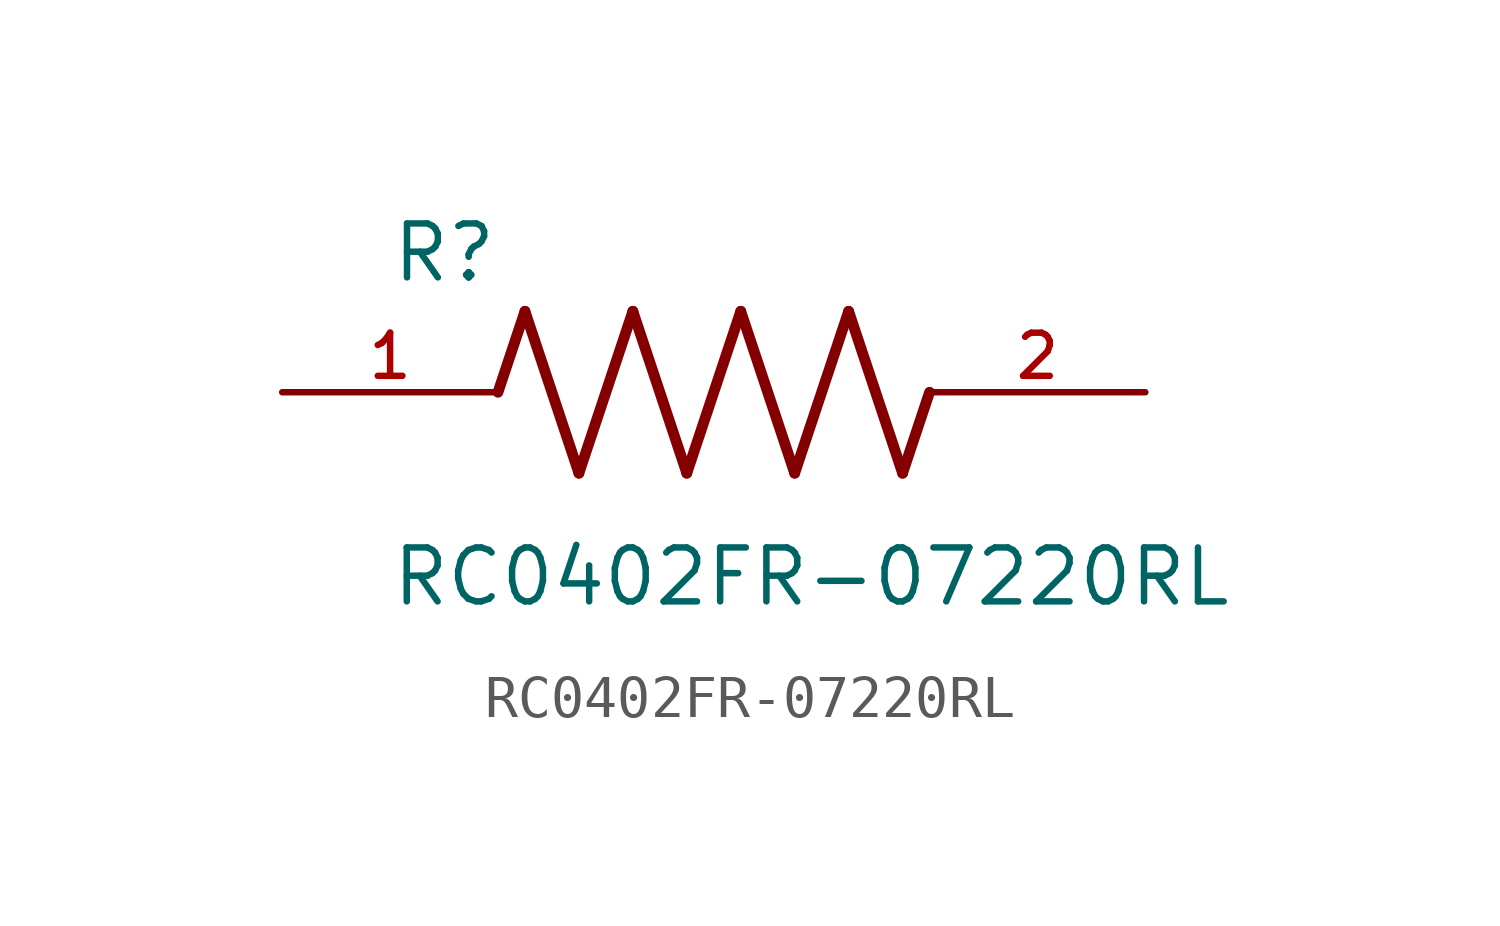
<source format=kicad_sym>
(kicad_symbol_lib
  (version 20211014)
  (generator kicad_symbol_editor)
  (symbol "RC0402FR-07220RL"
    (pin_names
      (offset 1.016))
    (property "Reference" "R"
      (at -7.624 2.541 0)
      (effects (font (size 1.27 1.27)) (justify bottom left)))
    (property "Value" "RC0402FR-07220RL"
      (at -7.63 -5.087 0)
      (effects (font (size 1.27 1.27)) (justify bottom left)))
    (symbol "RC0402FR-07220RL_0_0"
      (polyline (pts (xy -5.08 0.0) (xy -4.445 1.905)) (stroke (width 0.254)))
      (polyline (pts (xy -4.445 1.905) (xy -3.175 -1.905)) (stroke (width 0.254)))
      (polyline (pts (xy -3.175 -1.905) (xy -1.905 1.905)) (stroke (width 0.254)))
      (polyline (pts (xy -1.905 1.905) (xy -0.635 -1.905)) (stroke (width 0.254)))
      (polyline (pts (xy -0.635 -1.905) (xy 0.635 1.905)) (stroke (width 0.254)))
      (polyline (pts (xy 0.635 1.905) (xy 1.905 -1.905)) (stroke (width 0.254)))
      (polyline (pts (xy 1.905 -1.905) (xy 3.175 1.905)) (stroke (width 0.254)))
      (polyline (pts (xy 3.175 1.905) (xy 4.445 -1.905)) (stroke (width 0.254)))
      (polyline (pts (xy 4.445 -1.905) (xy 5.08 0.0)) (stroke (width 0.254)))
      (pin passive line (at -10.16 0.0 0) (length 5.08) (name "~" (effects (font (size 1.016 1.016)))) (number "1" (effects (font (size 1.016 1.016)))))
      (pin passive line (at 10.16 0.0 180.0) (length 5.08) (name "~" (effects (font (size 1.016 1.016)))) (number "2" (effects (font (size 1.016 1.016))))))))
</source>
